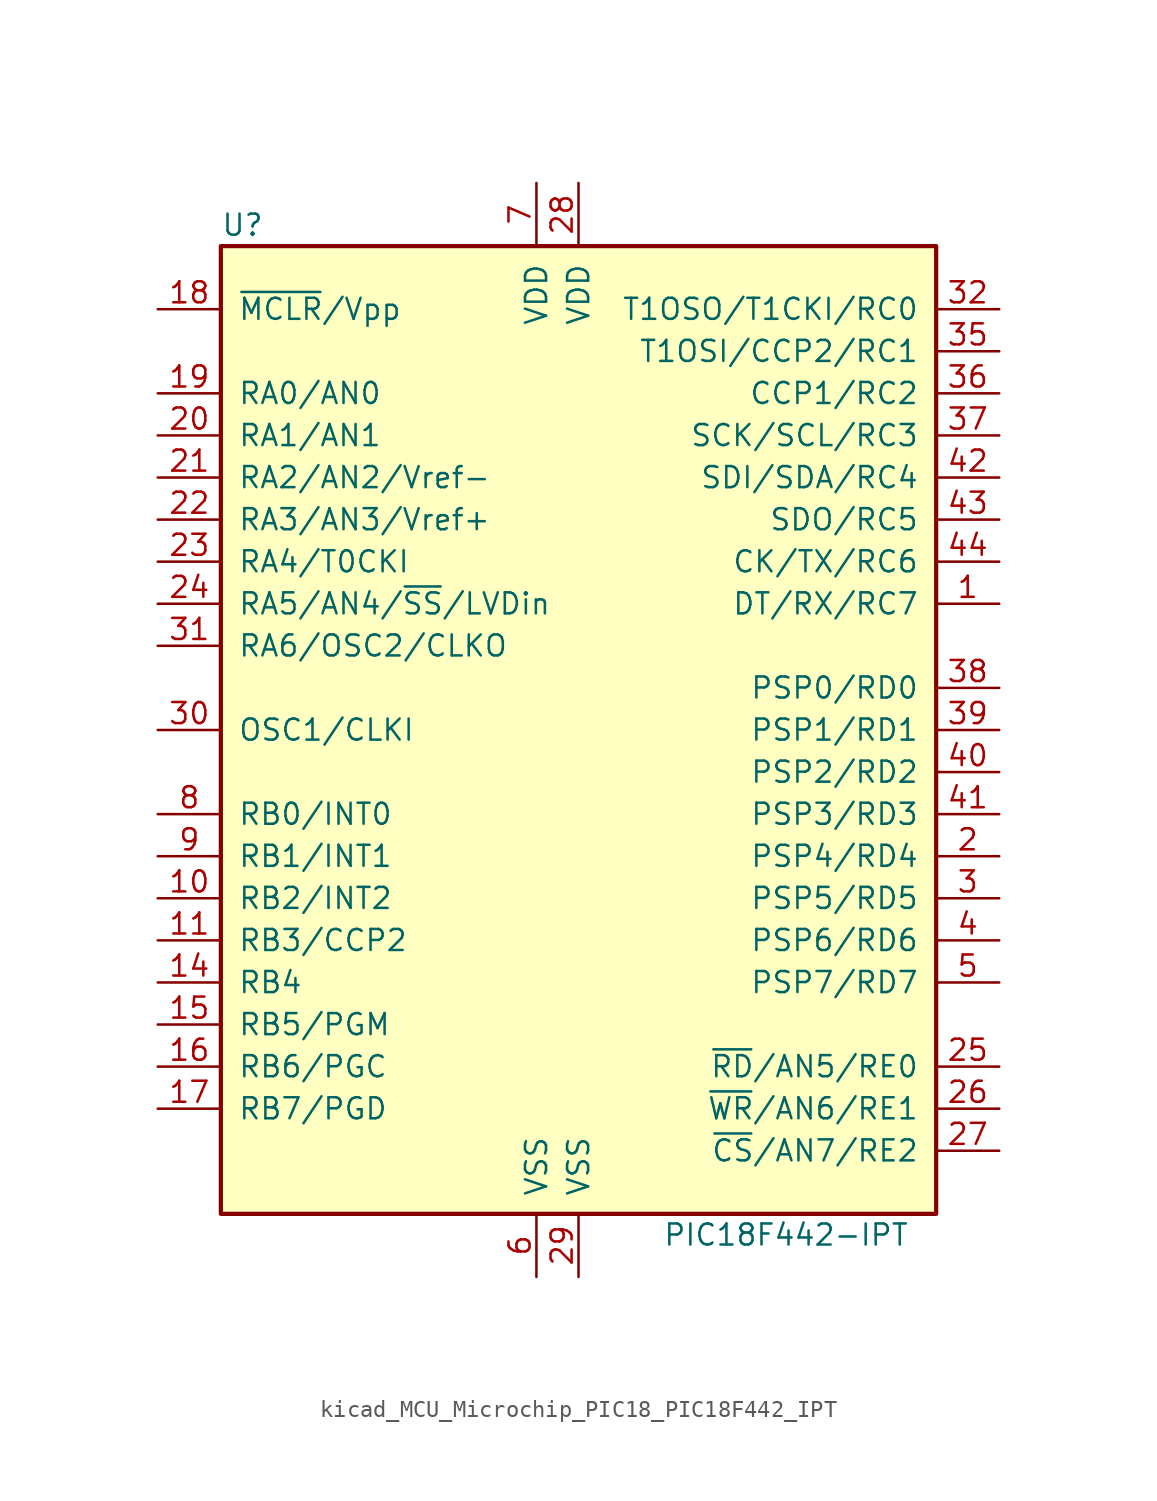
<source format=kicad_sym>
(kicad_symbol_lib
  (version 20220914)
  (generator kicad_symbol_editor)
  (symbol "kicad_MCU_Microchip_PIC18_PIC18F442_IPT"
    (pin_names
      (offset 1.016))
    (property "Reference" "U"
      (at -21.59 30.48 0)
      (effects (font (size 1.27 1.27)) (justify left)))
    (property "Value" "PIC18F442-IPT"
      (at 5.08 -30.48 0)
      (effects (font (size 1.27 1.27)) (justify left)))
    (symbol "kicad_MCU_Microchip_PIC18_PIC18F442_IPT_0_1"
      (rectangle (start 21.59 -29.21) (end -21.59 29.21) (stroke (width 0.254) (type default)) (fill (type background))))
    (symbol "kicad_MCU_Microchip_PIC18_PIC18F442_IPT_1_1"
      (pin bidirectional line (at 25.4 7.62 180) (length 3.81) (name "DT/RX/RC7" (effects (font (size 1.27 1.27)))) (number "1" (effects (font (size 1.27 1.27)))))
      (pin bidirectional line (at -25.4 -10.16 0) (length 3.81) (name "RB2/INT2" (effects (font (size 1.27 1.27)))) (number "10" (effects (font (size 1.27 1.27)))))
      (pin bidirectional line (at -25.4 -12.7 0) (length 3.81) (name "RB3/CCP2" (effects (font (size 1.27 1.27)))) (number "11" (effects (font (size 1.27 1.27)))))
      (pin no_connect line (at -15.24 -29.21 90) (length 3.81) hide (name "NC" (effects (font (size 1.27 1.27)))) (number "12" (effects (font (size 1.27 1.27)))))
      (pin no_connect line (at -12.7 -29.21 90) (length 3.81) hide (name "NC" (effects (font (size 1.27 1.27)))) (number "13" (effects (font (size 1.27 1.27)))))
      (pin bidirectional line (at -25.4 -15.24 0) (length 3.81) (name "RB4" (effects (font (size 1.27 1.27)))) (number "14" (effects (font (size 1.27 1.27)))))
      (pin bidirectional line (at -25.4 -17.78 0) (length 3.81) (name "RB5/PGM" (effects (font (size 1.27 1.27)))) (number "15" (effects (font (size 1.27 1.27)))))
      (pin bidirectional line (at -25.4 -20.32 0) (length 3.81) (name "RB6/PGC" (effects (font (size 1.27 1.27)))) (number "16" (effects (font (size 1.27 1.27)))))
      (pin bidirectional line (at -25.4 -22.86 0) (length 3.81) (name "RB7/PGD" (effects (font (size 1.27 1.27)))) (number "17" (effects (font (size 1.27 1.27)))))
      (pin input line (at -25.4 25.4 0) (length 3.81) (name "~{MCLR}/Vpp" (effects (font (size 1.27 1.27)))) (number "18" (effects (font (size 1.27 1.27)))))
      (pin bidirectional line (at -25.4 20.32 0) (length 3.81) (name "RA0/AN0" (effects (font (size 1.27 1.27)))) (number "19" (effects (font (size 1.27 1.27)))))
      (pin bidirectional line (at 25.4 -7.62 180) (length 3.81) (name "PSP4/RD4" (effects (font (size 1.27 1.27)))) (number "2" (effects (font (size 1.27 1.27)))))
      (pin bidirectional line (at -25.4 17.78 0) (length 3.81) (name "RA1/AN1" (effects (font (size 1.27 1.27)))) (number "20" (effects (font (size 1.27 1.27)))))
      (pin bidirectional line (at -25.4 15.24 0) (length 3.81) (name "RA2/AN2/Vref-" (effects (font (size 1.27 1.27)))) (number "21" (effects (font (size 1.27 1.27)))))
      (pin bidirectional line (at -25.4 12.7 0) (length 3.81) (name "RA3/AN3/Vref+" (effects (font (size 1.27 1.27)))) (number "22" (effects (font (size 1.27 1.27)))))
      (pin bidirectional line (at -25.4 10.16 0) (length 3.81) (name "RA4/T0CKI" (effects (font (size 1.27 1.27)))) (number "23" (effects (font (size 1.27 1.27)))))
      (pin bidirectional line (at -25.4 7.62 0) (length 3.81) (name "RA5/AN4/~{SS}/LVDin" (effects (font (size 1.27 1.27)))) (number "24" (effects (font (size 1.27 1.27)))))
      (pin bidirectional line (at 25.4 -20.32 180) (length 3.81) (name "~{RD}/AN5/RE0" (effects (font (size 1.27 1.27)))) (number "25" (effects (font (size 1.27 1.27)))))
      (pin bidirectional line (at 25.4 -22.86 180) (length 3.81) (name "~{WR}/AN6/RE1" (effects (font (size 1.27 1.27)))) (number "26" (effects (font (size 1.27 1.27)))))
      (pin bidirectional line (at 25.4 -25.4 180) (length 3.81) (name "~{CS}/AN7/RE2" (effects (font (size 1.27 1.27)))) (number "27" (effects (font (size 1.27 1.27)))))
      (pin power_in line (at 0 33.02 270) (length 3.81) (name "VDD" (effects (font (size 1.27 1.27)))) (number "28" (effects (font (size 1.27 1.27)))))
      (pin power_in line (at 0 -33.02 90) (length 3.81) (name "VSS" (effects (font (size 1.27 1.27)))) (number "29" (effects (font (size 1.27 1.27)))))
      (pin bidirectional line (at 25.4 -10.16 180) (length 3.81) (name "PSP5/RD5" (effects (font (size 1.27 1.27)))) (number "3" (effects (font (size 1.27 1.27)))))
      (pin input line (at -25.4 0 0) (length 3.81) (name "OSC1/CLKI" (effects (font (size 1.27 1.27)))) (number "30" (effects (font (size 1.27 1.27)))))
      (pin bidirectional line (at -25.4 5.08 0) (length 3.81) (name "RA6/OSC2/CLKO" (effects (font (size 1.27 1.27)))) (number "31" (effects (font (size 1.27 1.27)))))
      (pin bidirectional line (at 25.4 25.4 180) (length 3.81) (name "T1OSO/T1CKI/RC0" (effects (font (size 1.27 1.27)))) (number "32" (effects (font (size 1.27 1.27)))))
      (pin no_connect line (at -10.16 -29.21 90) (length 3.81) hide (name "NC" (effects (font (size 1.27 1.27)))) (number "33" (effects (font (size 1.27 1.27)))))
      (pin no_connect line (at -7.62 -29.21 90) (length 3.81) hide (name "NC" (effects (font (size 1.27 1.27)))) (number "34" (effects (font (size 1.27 1.27)))))
      (pin bidirectional line (at 25.4 22.86 180) (length 3.81) (name "T1OSI/CCP2/RC1" (effects (font (size 1.27 1.27)))) (number "35" (effects (font (size 1.27 1.27)))))
      (pin bidirectional line (at 25.4 20.32 180) (length 3.81) (name "CCP1/RC2" (effects (font (size 1.27 1.27)))) (number "36" (effects (font (size 1.27 1.27)))))
      (pin bidirectional line (at 25.4 17.78 180) (length 3.81) (name "SCK/SCL/RC3" (effects (font (size 1.27 1.27)))) (number "37" (effects (font (size 1.27 1.27)))))
      (pin bidirectional line (at 25.4 2.54 180) (length 3.81) (name "PSP0/RD0" (effects (font (size 1.27 1.27)))) (number "38" (effects (font (size 1.27 1.27)))))
      (pin bidirectional line (at 25.4 0 180) (length 3.81) (name "PSP1/RD1" (effects (font (size 1.27 1.27)))) (number "39" (effects (font (size 1.27 1.27)))))
      (pin bidirectional line (at 25.4 -12.7 180) (length 3.81) (name "PSP6/RD6" (effects (font (size 1.27 1.27)))) (number "4" (effects (font (size 1.27 1.27)))))
      (pin bidirectional line (at 25.4 -2.54 180) (length 3.81) (name "PSP2/RD2" (effects (font (size 1.27 1.27)))) (number "40" (effects (font (size 1.27 1.27)))))
      (pin bidirectional line (at 25.4 -5.08 180) (length 3.81) (name "PSP3/RD3" (effects (font (size 1.27 1.27)))) (number "41" (effects (font (size 1.27 1.27)))))
      (pin bidirectional line (at 25.4 15.24 180) (length 3.81) (name "SDI/SDA/RC4" (effects (font (size 1.27 1.27)))) (number "42" (effects (font (size 1.27 1.27)))))
      (pin bidirectional line (at 25.4 12.7 180) (length 3.81) (name "SDO/RC5" (effects (font (size 1.27 1.27)))) (number "43" (effects (font (size 1.27 1.27)))))
      (pin bidirectional line (at 25.4 10.16 180) (length 3.81) (name "CK/TX/RC6" (effects (font (size 1.27 1.27)))) (number "44" (effects (font (size 1.27 1.27)))))
      (pin bidirectional line (at 25.4 -15.24 180) (length 3.81) (name "PSP7/RD7" (effects (font (size 1.27 1.27)))) (number "5" (effects (font (size 1.27 1.27)))))
      (pin power_in line (at -2.54 -33.02 90) (length 3.81) (name "VSS" (effects (font (size 1.27 1.27)))) (number "6" (effects (font (size 1.27 1.27)))))
      (pin power_in line (at -2.54 33.02 270) (length 3.81) (name "VDD" (effects (font (size 1.27 1.27)))) (number "7" (effects (font (size 1.27 1.27)))))
      (pin bidirectional line (at -25.4 -5.08 0) (length 3.81) (name "RB0/INT0" (effects (font (size 1.27 1.27)))) (number "8" (effects (font (size 1.27 1.27)))))
      (pin bidirectional line (at -25.4 -7.62 0) (length 3.81) (name "RB1/INT1" (effects (font (size 1.27 1.27)))) (number "9" (effects (font (size 1.27 1.27))))))))
</source>
